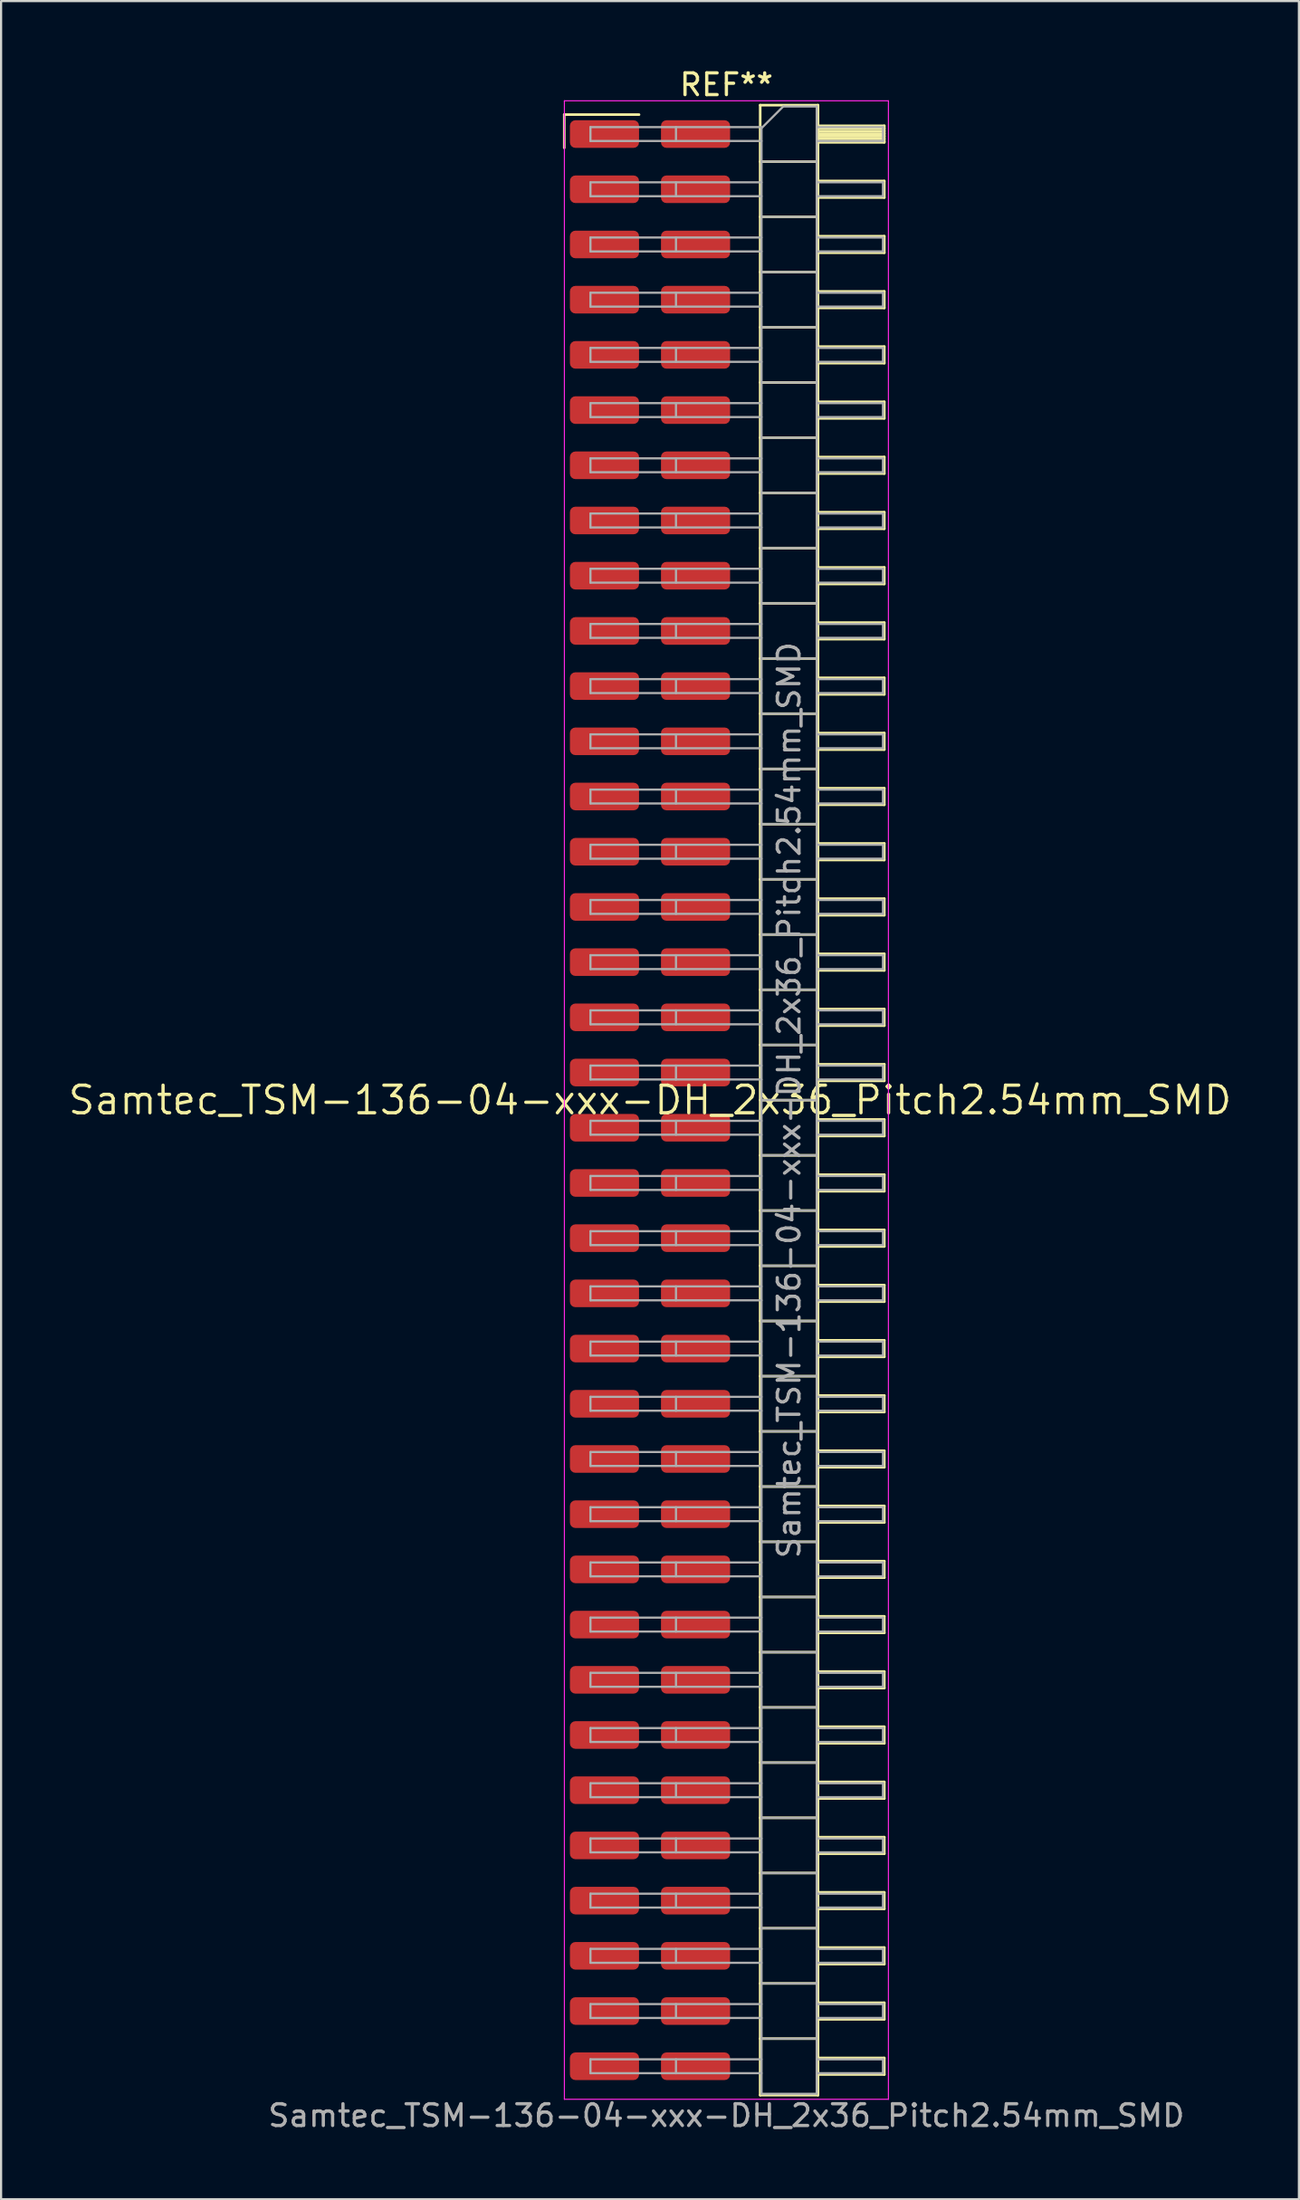
<source format=kicad_pcb>
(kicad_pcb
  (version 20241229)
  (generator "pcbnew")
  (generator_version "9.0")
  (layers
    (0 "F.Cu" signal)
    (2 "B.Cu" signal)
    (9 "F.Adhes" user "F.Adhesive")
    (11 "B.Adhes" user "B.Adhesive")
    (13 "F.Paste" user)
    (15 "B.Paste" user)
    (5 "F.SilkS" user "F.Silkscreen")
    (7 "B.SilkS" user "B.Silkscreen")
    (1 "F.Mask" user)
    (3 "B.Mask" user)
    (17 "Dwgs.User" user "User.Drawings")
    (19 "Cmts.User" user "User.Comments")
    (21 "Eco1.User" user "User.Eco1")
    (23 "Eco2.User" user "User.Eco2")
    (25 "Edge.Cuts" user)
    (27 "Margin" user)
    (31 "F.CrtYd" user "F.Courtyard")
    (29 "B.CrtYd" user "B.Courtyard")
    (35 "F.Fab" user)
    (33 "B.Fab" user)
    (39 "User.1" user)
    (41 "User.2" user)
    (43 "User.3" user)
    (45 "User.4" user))
  (footprint "Samtec_TSM-136-04-xxx-DH_2x36_Pitch2.54mm_SMD"
    (layer "F.Cu")
    (at 26.859 47.568)
    (property "Reference" "Samtec_TSM-136-04-xxx-DH_2x36_Pitch2.54mm_SMD" (at 0 0 0) (layer "F.SilkS") (effects (font (size 1.27 1.27) (thickness 0.15))))
    (attr smd)
    (fp_line (start -3.945 -45.345) (end -0.505 -45.345) (stroke (width 0.12) (type solid)) (layer "F.SilkS"))
    (fp_line (start -3.945 -43.815) (end -3.945 -45.345) (stroke (width 0.12) (type solid)) (layer "F.SilkS"))
    (fp_line (start 5.07 -45.78) (end 7.73 -45.78) (stroke (width 0.12) (type solid)) (layer "F.SilkS"))
    (fp_line (start 5.07 -43.18) (end 7.73 -43.18) (stroke (width 0.12) (type solid)) (layer "F.SilkS"))
    (fp_line (start 5.07 -40.64) (end 7.73 -40.64) (stroke (width 0.12) (type solid)) (layer "F.SilkS"))
    (fp_line (start 5.07 -38.1) (end 7.73 -38.1) (stroke (width 0.12) (type solid)) (layer "F.SilkS"))
    (fp_line (start 5.07 -35.56) (end 7.73 -35.56) (stroke (width 0.12) (type solid)) (layer "F.SilkS"))
    (fp_line (start 5.07 -33.02) (end 7.73 -33.02) (stroke (width 0.12) (type solid)) (layer "F.SilkS"))
    (fp_line (start 5.07 -30.48) (end 7.73 -30.48) (stroke (width 0.12) (type solid)) (layer "F.SilkS"))
    (fp_line (start 5.07 -27.94) (end 7.73 -27.94) (stroke (width 0.12) (type solid)) (layer "F.SilkS"))
    (fp_line (start 5.07 -25.4) (end 7.73 -25.4) (stroke (width 0.12) (type solid)) (layer "F.SilkS"))
    (fp_line (start 5.07 -22.86) (end 7.73 -22.86) (stroke (width 0.12) (type solid)) (layer "F.SilkS"))
    (fp_line (start 5.07 -20.32) (end 7.73 -20.32) (stroke (width 0.12) (type solid)) (layer "F.SilkS"))
    (fp_line (start 5.07 -17.78) (end 7.73 -17.78) (stroke (width 0.12) (type solid)) (layer "F.SilkS"))
    (fp_line (start 5.07 -15.24) (end 7.73 -15.24) (stroke (width 0.12) (type solid)) (layer "F.SilkS"))
    (fp_line (start 5.07 -12.7) (end 7.73 -12.7) (stroke (width 0.12) (type solid)) (layer "F.SilkS"))
    (fp_line (start 5.07 -10.16) (end 7.73 -10.16) (stroke (width 0.12) (type solid)) (layer "F.SilkS"))
    (fp_line (start 5.07 -7.62) (end 7.73 -7.62) (stroke (width 0.12) (type solid)) (layer "F.SilkS"))
    (fp_line (start 5.07 -5.08) (end 7.73 -5.08) (stroke (width 0.12) (type solid)) (layer "F.SilkS"))
    (fp_line (start 5.07 -2.54) (end 7.73 -2.54) (stroke (width 0.12) (type solid)) (layer "F.SilkS"))
    (fp_line (start 5.07 0) (end 7.73 0) (stroke (width 0.12) (type solid)) (layer "F.SilkS"))
    (fp_line (start 5.07 2.54) (end 7.73 2.54) (stroke (width 0.12) (type solid)) (layer "F.SilkS"))
    (fp_line (start 5.07 5.08) (end 7.73 5.08) (stroke (width 0.12) (type solid)) (layer "F.SilkS"))
    (fp_line (start 5.07 7.62) (end 7.73 7.62) (stroke (width 0.12) (type solid)) (layer "F.SilkS"))
    (fp_line (start 5.07 10.16) (end 7.73 10.16) (stroke (width 0.12) (type solid)) (layer "F.SilkS"))
    (fp_line (start 5.07 12.7) (end 7.73 12.7) (stroke (width 0.12) (type solid)) (layer "F.SilkS"))
    (fp_line (start 5.07 15.24) (end 7.73 15.24) (stroke (width 0.12) (type solid)) (layer "F.SilkS"))
    (fp_line (start 5.07 17.78) (end 7.73 17.78) (stroke (width 0.12) (type solid)) (layer "F.SilkS"))
    (fp_line (start 5.07 20.32) (end 7.73 20.32) (stroke (width 0.12) (type solid)) (layer "F.SilkS"))
    (fp_line (start 5.07 22.86) (end 7.73 22.86) (stroke (width 0.12) (type solid)) (layer "F.SilkS"))
    (fp_line (start 5.07 25.4) (end 7.73 25.4) (stroke (width 0.12) (type solid)) (layer "F.SilkS"))
    (fp_line (start 5.07 27.94) (end 7.73 27.94) (stroke (width 0.12) (type solid)) (layer "F.SilkS"))
    (fp_line (start 5.07 30.48) (end 7.73 30.48) (stroke (width 0.12) (type solid)) (layer "F.SilkS"))
    (fp_line (start 5.07 33.02) (end 7.73 33.02) (stroke (width 0.12) (type solid)) (layer "F.SilkS"))
    (fp_line (start 5.07 35.56) (end 7.73 35.56) (stroke (width 0.12) (type solid)) (layer "F.SilkS"))
    (fp_line (start 5.07 38.1) (end 7.73 38.1) (stroke (width 0.12) (type solid)) (layer "F.SilkS"))
    (fp_line (start 5.07 40.64) (end 7.73 40.64) (stroke (width 0.12) (type solid)) (layer "F.SilkS"))
    (fp_line (start 5.07 43.18) (end 7.73 43.18) (stroke (width 0.12) (type solid)) (layer "F.SilkS"))
    (fp_line (start 5.07 45.78) (end 5.07 -45.78) (stroke (width 0.12) (type solid)) (layer "F.SilkS"))
    (fp_line (start 7.73 -45.78) (end 7.73 45.78) (stroke (width 0.12) (type solid)) (layer "F.SilkS"))
    (fp_line (start 7.73 -44.83) (end 10.78 -44.83) (stroke (width 0.12) (type solid)) (layer "F.SilkS"))
    (fp_line (start 7.73 -44.71) (end 10.78 -44.71) (stroke (width 0.12) (type solid)) (layer "F.SilkS"))
    (fp_line (start 7.73 -44.59) (end 10.78 -44.59) (stroke (width 0.12) (type solid)) (layer "F.SilkS"))
    (fp_line (start 7.73 -44.47) (end 10.78 -44.47) (stroke (width 0.12) (type solid)) (layer "F.SilkS"))
    (fp_line (start 7.73 -44.35) (end 10.78 -44.35) (stroke (width 0.12) (type solid)) (layer "F.SilkS"))
    (fp_line (start 7.73 -44.23) (end 10.78 -44.23) (stroke (width 0.12) (type solid)) (layer "F.SilkS"))
    (fp_line (start 7.73 -44.11) (end 10.78 -44.11) (stroke (width 0.12) (type solid)) (layer "F.SilkS"))
    (fp_line (start 7.73 -44.07) (end 10.78 -44.07) (stroke (width 0.12) (type solid)) (layer "F.SilkS"))
    (fp_line (start 7.73 -42.29) (end 10.78 -42.29) (stroke (width 0.12) (type solid)) (layer "F.SilkS"))
    (fp_line (start 7.73 -41.53) (end 10.78 -41.53) (stroke (width 0.12) (type solid)) (layer "F.SilkS"))
    (fp_line (start 7.73 -39.75) (end 10.78 -39.75) (stroke (width 0.12) (type solid)) (layer "F.SilkS"))
    (fp_line (start 7.73 -38.99) (end 10.78 -38.99) (stroke (width 0.12) (type solid)) (layer "F.SilkS"))
    (fp_line (start 7.73 -37.21) (end 10.78 -37.21) (stroke (width 0.12) (type solid)) (layer "F.SilkS"))
    (fp_line (start 7.73 -36.45) (end 10.78 -36.45) (stroke (width 0.12) (type solid)) (layer "F.SilkS"))
    (fp_line (start 7.73 -34.67) (end 10.78 -34.67) (stroke (width 0.12) (type solid)) (layer "F.SilkS"))
    (fp_line (start 7.73 -33.91) (end 10.78 -33.91) (stroke (width 0.12) (type solid)) (layer "F.SilkS"))
    (fp_line (start 7.73 -32.13) (end 10.78 -32.13) (stroke (width 0.12) (type solid)) (layer "F.SilkS"))
    (fp_line (start 7.73 -31.37) (end 10.78 -31.37) (stroke (width 0.12) (type solid)) (layer "F.SilkS"))
    (fp_line (start 7.73 -29.59) (end 10.78 -29.59) (stroke (width 0.12) (type solid)) (layer "F.SilkS"))
    (fp_line (start 7.73 -28.83) (end 10.78 -28.83) (stroke (width 0.12) (type solid)) (layer "F.SilkS"))
    (fp_line (start 7.73 -27.05) (end 10.78 -27.05) (stroke (width 0.12) (type solid)) (layer "F.SilkS"))
    (fp_line (start 7.73 -26.29) (end 10.78 -26.29) (stroke (width 0.12) (type solid)) (layer "F.SilkS"))
    (fp_line (start 7.73 -24.51) (end 10.78 -24.51) (stroke (width 0.12) (type solid)) (layer "F.SilkS"))
    (fp_line (start 7.73 -23.75) (end 10.78 -23.75) (stroke (width 0.12) (type solid)) (layer "F.SilkS"))
    (fp_line (start 7.73 -21.97) (end 10.78 -21.97) (stroke (width 0.12) (type solid)) (layer "F.SilkS"))
    (fp_line (start 7.73 -21.21) (end 10.78 -21.21) (stroke (width 0.12) (type solid)) (layer "F.SilkS"))
    (fp_line (start 7.73 -19.43) (end 10.78 -19.43) (stroke (width 0.12) (type solid)) (layer "F.SilkS"))
    (fp_line (start 7.73 -18.67) (end 10.78 -18.67) (stroke (width 0.12) (type solid)) (layer "F.SilkS"))
    (fp_line (start 7.73 -16.89) (end 10.78 -16.89) (stroke (width 0.12) (type solid)) (layer "F.SilkS"))
    (fp_line (start 7.73 -16.13) (end 10.78 -16.13) (stroke (width 0.12) (type solid)) (layer "F.SilkS"))
    (fp_line (start 7.73 -14.35) (end 10.78 -14.35) (stroke (width 0.12) (type solid)) (layer "F.SilkS"))
    (fp_line (start 7.73 -13.59) (end 10.78 -13.59) (stroke (width 0.12) (type solid)) (layer "F.SilkS"))
    (fp_line (start 7.73 -11.81) (end 10.78 -11.81) (stroke (width 0.12) (type solid)) (layer "F.SilkS"))
    (fp_line (start 7.73 -11.05) (end 10.78 -11.05) (stroke (width 0.12) (type solid)) (layer "F.SilkS"))
    (fp_line (start 7.73 -9.27) (end 10.78 -9.27) (stroke (width 0.12) (type solid)) (layer "F.SilkS"))
    (fp_line (start 7.73 -8.51) (end 10.78 -8.51) (stroke (width 0.12) (type solid)) (layer "F.SilkS"))
    (fp_line (start 7.73 -6.73) (end 10.78 -6.73) (stroke (width 0.12) (type solid)) (layer "F.SilkS"))
    (fp_line (start 7.73 -5.97) (end 10.78 -5.97) (stroke (width 0.12) (type solid)) (layer "F.SilkS"))
    (fp_line (start 7.73 -4.19) (end 10.78 -4.19) (stroke (width 0.12) (type solid)) (layer "F.SilkS"))
    (fp_line (start 7.73 -3.43) (end 10.78 -3.43) (stroke (width 0.12) (type solid)) (layer "F.SilkS"))
    (fp_line (start 7.73 -1.65) (end 10.78 -1.65) (stroke (width 0.12) (type solid)) (layer "F.SilkS"))
    (fp_line (start 7.73 -0.89) (end 10.78 -0.89) (stroke (width 0.12) (type solid)) (layer "F.SilkS"))
    (fp_line (start 7.73 0.89) (end 10.78 0.89) (stroke (width 0.12) (type solid)) (layer "F.SilkS"))
    (fp_line (start 7.73 1.65) (end 10.78 1.65) (stroke (width 0.12) (type solid)) (layer "F.SilkS"))
    (fp_line (start 7.73 3.43) (end 10.78 3.43) (stroke (width 0.12) (type solid)) (layer "F.SilkS"))
    (fp_line (start 7.73 4.19) (end 10.78 4.19) (stroke (width 0.12) (type solid)) (layer "F.SilkS"))
    (fp_line (start 7.73 5.97) (end 10.78 5.97) (stroke (width 0.12) (type solid)) (layer "F.SilkS"))
    (fp_line (start 7.73 6.73) (end 10.78 6.73) (stroke (width 0.12) (type solid)) (layer "F.SilkS"))
    (fp_line (start 7.73 8.51) (end 10.78 8.51) (stroke (width 0.12) (type solid)) (layer "F.SilkS"))
    (fp_line (start 7.73 9.27) (end 10.78 9.27) (stroke (width 0.12) (type solid)) (layer "F.SilkS"))
    (fp_line (start 7.73 11.05) (end 10.78 11.05) (stroke (width 0.12) (type solid)) (layer "F.SilkS"))
    (fp_line (start 7.73 11.81) (end 10.78 11.81) (stroke (width 0.12) (type solid)) (layer "F.SilkS"))
    (fp_line (start 7.73 13.59) (end 10.78 13.59) (stroke (width 0.12) (type solid)) (layer "F.SilkS"))
    (fp_line (start 7.73 14.35) (end 10.78 14.35) (stroke (width 0.12) (type solid)) (layer "F.SilkS"))
    (fp_line (start 7.73 16.13) (end 10.78 16.13) (stroke (width 0.12) (type solid)) (layer "F.SilkS"))
    (fp_line (start 7.73 16.89) (end 10.78 16.89) (stroke (width 0.12) (type solid)) (layer "F.SilkS"))
    (fp_line (start 7.73 18.67) (end 10.78 18.67) (stroke (width 0.12) (type solid)) (layer "F.SilkS"))
    (fp_line (start 7.73 19.43) (end 10.78 19.43) (stroke (width 0.12) (type solid)) (layer "F.SilkS"))
    (fp_line (start 7.73 21.21) (end 10.78 21.21) (stroke (width 0.12) (type solid)) (layer "F.SilkS"))
    (fp_line (start 7.73 21.97) (end 10.78 21.97) (stroke (width 0.12) (type solid)) (layer "F.SilkS"))
    (fp_line (start 7.73 23.75) (end 10.78 23.75) (stroke (width 0.12) (type solid)) (layer "F.SilkS"))
    (fp_line (start 7.73 24.51) (end 10.78 24.51) (stroke (width 0.12) (type solid)) (layer "F.SilkS"))
    (fp_line (start 7.73 26.29) (end 10.78 26.29) (stroke (width 0.12) (type solid)) (layer "F.SilkS"))
    (fp_line (start 7.73 27.05) (end 10.78 27.05) (stroke (width 0.12) (type solid)) (layer "F.SilkS"))
    (fp_line (start 7.73 28.83) (end 10.78 28.83) (stroke (width 0.12) (type solid)) (layer "F.SilkS"))
    (fp_line (start 7.73 29.59) (end 10.78 29.59) (stroke (width 0.12) (type solid)) (layer "F.SilkS"))
    (fp_line (start 7.73 31.37) (end 10.78 31.37) (stroke (width 0.12) (type solid)) (layer "F.SilkS"))
    (fp_line (start 7.73 32.13) (end 10.78 32.13) (stroke (width 0.12) (type solid)) (layer "F.SilkS"))
    (fp_line (start 7.73 33.91) (end 10.78 33.91) (stroke (width 0.12) (type solid)) (layer "F.SilkS"))
    (fp_line (start 7.73 34.67) (end 10.78 34.67) (stroke (width 0.12) (type solid)) (layer "F.SilkS"))
    (fp_line (start 7.73 36.45) (end 10.78 36.45) (stroke (width 0.12) (type solid)) (layer "F.SilkS"))
    (fp_line (start 7.73 37.21) (end 10.78 37.21) (stroke (width 0.12) (type solid)) (layer "F.SilkS"))
    (fp_line (start 7.73 38.99) (end 10.78 38.99) (stroke (width 0.12) (type solid)) (layer "F.SilkS"))
    (fp_line (start 7.73 39.75) (end 10.78 39.75) (stroke (width 0.12) (type solid)) (layer "F.SilkS"))
    (fp_line (start 7.73 41.53) (end 10.78 41.53) (stroke (width 0.12) (type solid)) (layer "F.SilkS"))
    (fp_line (start 7.73 42.29) (end 10.78 42.29) (stroke (width 0.12) (type solid)) (layer "F.SilkS"))
    (fp_line (start 7.73 44.07) (end 10.78 44.07) (stroke (width 0.12) (type solid)) (layer "F.SilkS"))
    (fp_line (start 7.73 44.83) (end 10.78 44.83) (stroke (width 0.12) (type solid)) (layer "F.SilkS"))
    (fp_line (start 7.73 45.78) (end 5.07 45.78) (stroke (width 0.12) (type solid)) (layer "F.SilkS"))
    (fp_line (start 10.78 -44.83) (end 10.78 -44.07) (stroke (width 0.12) (type solid)) (layer "F.SilkS"))
    (fp_line (start 10.78 -42.29) (end 10.78 -41.53) (stroke (width 0.12) (type solid)) (layer "F.SilkS"))
    (fp_line (start 10.78 -39.75) (end 10.78 -38.99) (stroke (width 0.12) (type solid)) (layer "F.SilkS"))
    (fp_line (start 10.78 -37.21) (end 10.78 -36.45) (stroke (width 0.12) (type solid)) (layer "F.SilkS"))
    (fp_line (start 10.78 -34.67) (end 10.78 -33.91) (stroke (width 0.12) (type solid)) (layer "F.SilkS"))
    (fp_line (start 10.78 -32.13) (end 10.78 -31.37) (stroke (width 0.12) (type solid)) (layer "F.SilkS"))
    (fp_line (start 10.78 -29.59) (end 10.78 -28.83) (stroke (width 0.12) (type solid)) (layer "F.SilkS"))
    (fp_line (start 10.78 -27.05) (end 10.78 -26.29) (stroke (width 0.12) (type solid)) (layer "F.SilkS"))
    (fp_line (start 10.78 -24.51) (end 10.78 -23.75) (stroke (width 0.12) (type solid)) (layer "F.SilkS"))
    (fp_line (start 10.78 -21.97) (end 10.78 -21.21) (stroke (width 0.12) (type solid)) (layer "F.SilkS"))
    (fp_line (start 10.78 -19.43) (end 10.78 -18.67) (stroke (width 0.12) (type solid)) (layer "F.SilkS"))
    (fp_line (start 10.78 -16.89) (end 10.78 -16.13) (stroke (width 0.12) (type solid)) (layer "F.SilkS"))
    (fp_line (start 10.78 -14.35) (end 10.78 -13.59) (stroke (width 0.12) (type solid)) (layer "F.SilkS"))
    (fp_line (start 10.78 -11.81) (end 10.78 -11.05) (stroke (width 0.12) (type solid)) (layer "F.SilkS"))
    (fp_line (start 10.78 -9.27) (end 10.78 -8.51) (stroke (width 0.12) (type solid)) (layer "F.SilkS"))
    (fp_line (start 10.78 -6.73) (end 10.78 -5.97) (stroke (width 0.12) (type solid)) (layer "F.SilkS"))
    (fp_line (start 10.78 -4.19) (end 10.78 -3.43) (stroke (width 0.12) (type solid)) (layer "F.SilkS"))
    (fp_line (start 10.78 -1.65) (end 10.78 -0.89) (stroke (width 0.12) (type solid)) (layer "F.SilkS"))
    (fp_line (start 10.78 0.89) (end 10.78 1.65) (stroke (width 0.12) (type solid)) (layer "F.SilkS"))
    (fp_line (start 10.78 3.43) (end 10.78 4.19) (stroke (width 0.12) (type solid)) (layer "F.SilkS"))
    (fp_line (start 10.78 5.97) (end 10.78 6.73) (stroke (width 0.12) (type solid)) (layer "F.SilkS"))
    (fp_line (start 10.78 8.51) (end 10.78 9.27) (stroke (width 0.12) (type solid)) (layer "F.SilkS"))
    (fp_line (start 10.78 11.05) (end 10.78 11.81) (stroke (width 0.12) (type solid)) (layer "F.SilkS"))
    (fp_line (start 10.78 13.59) (end 10.78 14.35) (stroke (width 0.12) (type solid)) (layer "F.SilkS"))
    (fp_line (start 10.78 16.13) (end 10.78 16.89) (stroke (width 0.12) (type solid)) (layer "F.SilkS"))
    (fp_line (start 10.78 18.67) (end 10.78 19.43) (stroke (width 0.12) (type solid)) (layer "F.SilkS"))
    (fp_line (start 10.78 21.21) (end 10.78 21.97) (stroke (width 0.12) (type solid)) (layer "F.SilkS"))
    (fp_line (start 10.78 23.75) (end 10.78 24.51) (stroke (width 0.12) (type solid)) (layer "F.SilkS"))
    (fp_line (start 10.78 26.29) (end 10.78 27.05) (stroke (width 0.12) (type solid)) (layer "F.SilkS"))
    (fp_line (start 10.78 28.83) (end 10.78 29.59) (stroke (width 0.12) (type solid)) (layer "F.SilkS"))
    (fp_line (start 10.78 31.37) (end 10.78 32.13) (stroke (width 0.12) (type solid)) (layer "F.SilkS"))
    (fp_line (start 10.78 33.91) (end 10.78 34.67) (stroke (width 0.12) (type solid)) (layer "F.SilkS"))
    (fp_line (start 10.78 36.45) (end 10.78 37.21) (stroke (width 0.12) (type solid)) (layer "F.SilkS"))
    (fp_line (start 10.78 38.99) (end 10.78 39.75) (stroke (width 0.12) (type solid)) (layer "F.SilkS"))
    (fp_line (start 10.78 41.53) (end 10.78 42.29) (stroke (width 0.12) (type solid)) (layer "F.SilkS"))
    (fp_line (start 10.78 44.07) (end 10.78 44.83) (stroke (width 0.12) (type solid)) (layer "F.SilkS"))
    (fp_line (start -3.94 -45.98) (end 10.97 -45.98) (stroke (width 0.05) (type solid)) (layer "F.CrtYd"))
    (fp_line (start -3.94 45.97) (end -3.94 -45.98) (stroke (width 0.05) (type solid)) (layer "F.CrtYd"))
    (fp_line (start 10.97 -45.98) (end 10.97 45.97) (stroke (width 0.05) (type solid)) (layer "F.CrtYd"))
    (fp_line (start 10.97 45.97) (end -3.94 45.97) (stroke (width 0.05) (type solid)) (layer "F.CrtYd"))
    (fp_line (start -2.74 -44.77) (end -2.74 -44.13) (stroke (width 0.1) (type solid)) (layer "F.Fab"))
    (fp_line (start -2.74 -44.77) (end 5.13 -44.77) (stroke (width 0.1) (type solid)) (layer "F.Fab"))
    (fp_line (start -2.74 -44.13) (end 5.13 -44.13) (stroke (width 0.1) (type solid)) (layer "F.Fab"))
    (fp_line (start -2.74 -42.23) (end -2.74 -41.59) (stroke (width 0.1) (type solid)) (layer "F.Fab"))
    (fp_line (start -2.74 -42.23) (end 5.13 -42.23) (stroke (width 0.1) (type solid)) (layer "F.Fab"))
    (fp_line (start -2.74 -41.59) (end 5.13 -41.59) (stroke (width 0.1) (type solid)) (layer "F.Fab"))
    (fp_line (start -2.74 -39.69) (end -2.74 -39.05) (stroke (width 0.1) (type solid)) (layer "F.Fab"))
    (fp_line (start -2.74 -39.69) (end 5.13 -39.69) (stroke (width 0.1) (type solid)) (layer "F.Fab"))
    (fp_line (start -2.74 -39.05) (end 5.13 -39.05) (stroke (width 0.1) (type solid)) (layer "F.Fab"))
    (fp_line (start -2.74 -37.15) (end -2.74 -36.51) (stroke (width 0.1) (type solid)) (layer "F.Fab"))
    (fp_line (start -2.74 -37.15) (end 5.13 -37.15) (stroke (width 0.1) (type solid)) (layer "F.Fab"))
    (fp_line (start -2.74 -36.51) (end 5.13 -36.51) (stroke (width 0.1) (type solid)) (layer "F.Fab"))
    (fp_line (start -2.74 -34.61) (end -2.74 -33.97) (stroke (width 0.1) (type solid)) (layer "F.Fab"))
    (fp_line (start -2.74 -34.61) (end 5.13 -34.61) (stroke (width 0.1) (type solid)) (layer "F.Fab"))
    (fp_line (start -2.74 -33.97) (end 5.13 -33.97) (stroke (width 0.1) (type solid)) (layer "F.Fab"))
    (fp_line (start -2.74 -32.07) (end -2.74 -31.43) (stroke (width 0.1) (type solid)) (layer "F.Fab"))
    (fp_line (start -2.74 -32.07) (end 5.13 -32.07) (stroke (width 0.1) (type solid)) (layer "F.Fab"))
    (fp_line (start -2.74 -31.43) (end 5.13 -31.43) (stroke (width 0.1) (type solid)) (layer "F.Fab"))
    (fp_line (start -2.74 -29.53) (end -2.74 -28.89) (stroke (width 0.1) (type solid)) (layer "F.Fab"))
    (fp_line (start -2.74 -29.53) (end 5.13 -29.53) (stroke (width 0.1) (type solid)) (layer "F.Fab"))
    (fp_line (start -2.74 -28.89) (end 5.13 -28.89) (stroke (width 0.1) (type solid)) (layer "F.Fab"))
    (fp_line (start -2.74 -26.99) (end -2.74 -26.35) (stroke (width 0.1) (type solid)) (layer "F.Fab"))
    (fp_line (start -2.74 -26.99) (end 5.13 -26.99) (stroke (width 0.1) (type solid)) (layer "F.Fab"))
    (fp_line (start -2.74 -26.35) (end 5.13 -26.35) (stroke (width 0.1) (type solid)) (layer "F.Fab"))
    (fp_line (start -2.74 -24.45) (end -2.74 -23.81) (stroke (width 0.1) (type solid)) (layer "F.Fab"))
    (fp_line (start -2.74 -24.45) (end 5.13 -24.45) (stroke (width 0.1) (type solid)) (layer "F.Fab"))
    (fp_line (start -2.74 -23.81) (end 5.13 -23.81) (stroke (width 0.1) (type solid)) (layer "F.Fab"))
    (fp_line (start -2.74 -21.91) (end -2.74 -21.27) (stroke (width 0.1) (type solid)) (layer "F.Fab"))
    (fp_line (start -2.74 -21.91) (end 5.13 -21.91) (stroke (width 0.1) (type solid)) (layer "F.Fab"))
    (fp_line (start -2.74 -21.27) (end 5.13 -21.27) (stroke (width 0.1) (type solid)) (layer "F.Fab"))
    (fp_line (start -2.74 -19.37) (end -2.74 -18.73) (stroke (width 0.1) (type solid)) (layer "F.Fab"))
    (fp_line (start -2.74 -19.37) (end 5.13 -19.37) (stroke (width 0.1) (type solid)) (layer "F.Fab"))
    (fp_line (start -2.74 -18.73) (end 5.13 -18.73) (stroke (width 0.1) (type solid)) (layer "F.Fab"))
    (fp_line (start -2.74 -16.83) (end -2.74 -16.19) (stroke (width 0.1) (type solid)) (layer "F.Fab"))
    (fp_line (start -2.74 -16.83) (end 5.13 -16.83) (stroke (width 0.1) (type solid)) (layer "F.Fab"))
    (fp_line (start -2.74 -16.19) (end 5.13 -16.19) (stroke (width 0.1) (type solid)) (layer "F.Fab"))
    (fp_line (start -2.74 -14.29) (end -2.74 -13.65) (stroke (width 0.1) (type solid)) (layer "F.Fab"))
    (fp_line (start -2.74 -14.29) (end 5.13 -14.29) (stroke (width 0.1) (type solid)) (layer "F.Fab"))
    (fp_line (start -2.74 -13.65) (end 5.13 -13.65) (stroke (width 0.1) (type solid)) (layer "F.Fab"))
    (fp_line (start -2.74 -11.75) (end -2.74 -11.11) (stroke (width 0.1) (type solid)) (layer "F.Fab"))
    (fp_line (start -2.74 -11.75) (end 5.13 -11.75) (stroke (width 0.1) (type solid)) (layer "F.Fab"))
    (fp_line (start -2.74 -11.11) (end 5.13 -11.11) (stroke (width 0.1) (type solid)) (layer "F.Fab"))
    (fp_line (start -2.74 -9.21) (end -2.74 -8.57) (stroke (width 0.1) (type solid)) (layer "F.Fab"))
    (fp_line (start -2.74 -9.21) (end 5.13 -9.21) (stroke (width 0.1) (type solid)) (layer "F.Fab"))
    (fp_line (start -2.74 -8.57) (end 5.13 -8.57) (stroke (width 0.1) (type solid)) (layer "F.Fab"))
    (fp_line (start -2.74 -6.67) (end -2.74 -6.03) (stroke (width 0.1) (type solid)) (layer "F.Fab"))
    (fp_line (start -2.74 -6.67) (end 5.13 -6.67) (stroke (width 0.1) (type solid)) (layer "F.Fab"))
    (fp_line (start -2.74 -6.03) (end 5.13 -6.03) (stroke (width 0.1) (type solid)) (layer "F.Fab"))
    (fp_line (start -2.74 -4.13) (end -2.74 -3.49) (stroke (width 0.1) (type solid)) (layer "F.Fab"))
    (fp_line (start -2.74 -4.13) (end 5.13 -4.13) (stroke (width 0.1) (type solid)) (layer "F.Fab"))
    (fp_line (start -2.74 -3.49) (end 5.13 -3.49) (stroke (width 0.1) (type solid)) (layer "F.Fab"))
    (fp_line (start -2.74 -1.59) (end -2.74 -0.95) (stroke (width 0.1) (type solid)) (layer "F.Fab"))
    (fp_line (start -2.74 -1.59) (end 5.13 -1.59) (stroke (width 0.1) (type solid)) (layer "F.Fab"))
    (fp_line (start -2.74 -0.95) (end 5.13 -0.95) (stroke (width 0.1) (type solid)) (layer "F.Fab"))
    (fp_line (start -2.74 0.95) (end -2.74 1.59) (stroke (width 0.1) (type solid)) (layer "F.Fab"))
    (fp_line (start -2.74 0.95) (end 5.13 0.95) (stroke (width 0.1) (type solid)) (layer "F.Fab"))
    (fp_line (start -2.74 1.59) (end 5.13 1.59) (stroke (width 0.1) (type solid)) (layer "F.Fab"))
    (fp_line (start -2.74 3.49) (end -2.74 4.13) (stroke (width 0.1) (type solid)) (layer "F.Fab"))
    (fp_line (start -2.74 3.49) (end 5.13 3.49) (stroke (width 0.1) (type solid)) (layer "F.Fab"))
    (fp_line (start -2.74 4.13) (end 5.13 4.13) (stroke (width 0.1) (type solid)) (layer "F.Fab"))
    (fp_line (start -2.74 6.03) (end -2.74 6.67) (stroke (width 0.1) (type solid)) (layer "F.Fab"))
    (fp_line (start -2.74 6.03) (end 5.13 6.03) (stroke (width 0.1) (type solid)) (layer "F.Fab"))
    (fp_line (start -2.74 6.67) (end 5.13 6.67) (stroke (width 0.1) (type solid)) (layer "F.Fab"))
    (fp_line (start -2.74 8.57) (end -2.74 9.21) (stroke (width 0.1) (type solid)) (layer "F.Fab"))
    (fp_line (start -2.74 8.57) (end 5.13 8.57) (stroke (width 0.1) (type solid)) (layer "F.Fab"))
    (fp_line (start -2.74 9.21) (end 5.13 9.21) (stroke (width 0.1) (type solid)) (layer "F.Fab"))
    (fp_line (start -2.74 11.11) (end -2.74 11.75) (stroke (width 0.1) (type solid)) (layer "F.Fab"))
    (fp_line (start -2.74 11.11) (end 5.13 11.11) (stroke (width 0.1) (type solid)) (layer "F.Fab"))
    (fp_line (start -2.74 11.75) (end 5.13 11.75) (stroke (width 0.1) (type solid)) (layer "F.Fab"))
    (fp_line (start -2.74 13.65) (end -2.74 14.29) (stroke (width 0.1) (type solid)) (layer "F.Fab"))
    (fp_line (start -2.74 13.65) (end 5.13 13.65) (stroke (width 0.1) (type solid)) (layer "F.Fab"))
    (fp_line (start -2.74 14.29) (end 5.13 14.29) (stroke (width 0.1) (type solid)) (layer "F.Fab"))
    (fp_line (start -2.74 16.19) (end -2.74 16.83) (stroke (width 0.1) (type solid)) (layer "F.Fab"))
    (fp_line (start -2.74 16.19) (end 5.13 16.19) (stroke (width 0.1) (type solid)) (layer "F.Fab"))
    (fp_line (start -2.74 16.83) (end 5.13 16.83) (stroke (width 0.1) (type solid)) (layer "F.Fab"))
    (fp_line (start -2.74 18.73) (end -2.74 19.37) (stroke (width 0.1) (type solid)) (layer "F.Fab"))
    (fp_line (start -2.74 18.73) (end 5.13 18.73) (stroke (width 0.1) (type solid)) (layer "F.Fab"))
    (fp_line (start -2.74 19.37) (end 5.13 19.37) (stroke (width 0.1) (type solid)) (layer "F.Fab"))
    (fp_line (start -2.74 21.27) (end -2.74 21.91) (stroke (width 0.1) (type solid)) (layer "F.Fab"))
    (fp_line (start -2.74 21.27) (end 5.13 21.27) (stroke (width 0.1) (type solid)) (layer "F.Fab"))
    (fp_line (start -2.74 21.91) (end 5.13 21.91) (stroke (width 0.1) (type solid)) (layer "F.Fab"))
    (fp_line (start -2.74 23.81) (end -2.74 24.45) (stroke (width 0.1) (type solid)) (layer "F.Fab"))
    (fp_line (start -2.74 23.81) (end 5.13 23.81) (stroke (width 0.1) (type solid)) (layer "F.Fab"))
    (fp_line (start -2.74 24.45) (end 5.13 24.45) (stroke (width 0.1) (type solid)) (layer "F.Fab"))
    (fp_line (start -2.74 26.35) (end -2.74 26.99) (stroke (width 0.1) (type solid)) (layer "F.Fab"))
    (fp_line (start -2.74 26.35) (end 5.13 26.35) (stroke (width 0.1) (type solid)) (layer "F.Fab"))
    (fp_line (start -2.74 26.99) (end 5.13 26.99) (stroke (width 0.1) (type solid)) (layer "F.Fab"))
    (fp_line (start -2.74 28.89) (end -2.74 29.53) (stroke (width 0.1) (type solid)) (layer "F.Fab"))
    (fp_line (start -2.74 28.89) (end 5.13 28.89) (stroke (width 0.1) (type solid)) (layer "F.Fab"))
    (fp_line (start -2.74 29.53) (end 5.13 29.53) (stroke (width 0.1) (type solid)) (layer "F.Fab"))
    (fp_line (start -2.74 31.43) (end -2.74 32.07) (stroke (width 0.1) (type solid)) (layer "F.Fab"))
    (fp_line (start -2.74 31.43) (end 5.13 31.43) (stroke (width 0.1) (type solid)) (layer "F.Fab"))
    (fp_line (start -2.74 32.07) (end 5.13 32.07) (stroke (width 0.1) (type solid)) (layer "F.Fab"))
    (fp_line (start -2.74 33.97) (end -2.74 34.61) (stroke (width 0.1) (type solid)) (layer "F.Fab"))
    (fp_line (start -2.74 33.97) (end 5.13 33.97) (stroke (width 0.1) (type solid)) (layer "F.Fab"))
    (fp_line (start -2.74 34.61) (end 5.13 34.61) (stroke (width 0.1) (type solid)) (layer "F.Fab"))
    (fp_line (start -2.74 36.51) (end -2.74 37.15) (stroke (width 0.1) (type solid)) (layer "F.Fab"))
    (fp_line (start -2.74 36.51) (end 5.13 36.51) (stroke (width 0.1) (type solid)) (layer "F.Fab"))
    (fp_line (start -2.74 37.15) (end 5.13 37.15) (stroke (width 0.1) (type solid)) (layer "F.Fab"))
    (fp_line (start -2.74 39.05) (end -2.74 39.69) (stroke (width 0.1) (type solid)) (layer "F.Fab"))
    (fp_line (start -2.74 39.05) (end 5.13 39.05) (stroke (width 0.1) (type solid)) (layer "F.Fab"))
    (fp_line (start -2.74 39.69) (end 5.13 39.69) (stroke (width 0.1) (type solid)) (layer "F.Fab"))
    (fp_line (start -2.74 41.59) (end -2.74 42.23) (stroke (width 0.1) (type solid)) (layer "F.Fab"))
    (fp_line (start -2.74 41.59) (end 5.13 41.59) (stroke (width 0.1) (type solid)) (layer "F.Fab"))
    (fp_line (start -2.74 42.23) (end 5.13 42.23) (stroke (width 0.1) (type solid)) (layer "F.Fab"))
    (fp_line (start -2.74 44.13) (end -2.74 44.77) (stroke (width 0.1) (type solid)) (layer "F.Fab"))
    (fp_line (start -2.74 44.13) (end 5.13 44.13) (stroke (width 0.1) (type solid)) (layer "F.Fab"))
    (fp_line (start -2.74 44.77) (end 5.13 44.77) (stroke (width 0.1) (type solid)) (layer "F.Fab"))
    (fp_line (start 1.195 -44.77) (end 1.195 -44.13) (stroke (width 0.1) (type solid)) (layer "F.Fab"))
    (fp_line (start 1.195 -42.23) (end 1.195 -41.59) (stroke (width 0.1) (type solid)) (layer "F.Fab"))
    (fp_line (start 1.195 -39.69) (end 1.195 -39.05) (stroke (width 0.1) (type solid)) (layer "F.Fab"))
    (fp_line (start 1.195 -37.15) (end 1.195 -36.51) (stroke (width 0.1) (type solid)) (layer "F.Fab"))
    (fp_line (start 1.195 -34.61) (end 1.195 -33.97) (stroke (width 0.1) (type solid)) (layer "F.Fab"))
    (fp_line (start 1.195 -32.07) (end 1.195 -31.43) (stroke (width 0.1) (type solid)) (layer "F.Fab"))
    (fp_line (start 1.195 -29.53) (end 1.195 -28.89) (stroke (width 0.1) (type solid)) (layer "F.Fab"))
    (fp_line (start 1.195 -26.99) (end 1.195 -26.35) (stroke (width 0.1) (type solid)) (layer "F.Fab"))
    (fp_line (start 1.195 -24.45) (end 1.195 -23.81) (stroke (width 0.1) (type solid)) (layer "F.Fab"))
    (fp_line (start 1.195 -21.91) (end 1.195 -21.27) (stroke (width 0.1) (type solid)) (layer "F.Fab"))
    (fp_line (start 1.195 -19.37) (end 1.195 -18.73) (stroke (width 0.1) (type solid)) (layer "F.Fab"))
    (fp_line (start 1.195 -16.83) (end 1.195 -16.19) (stroke (width 0.1) (type solid)) (layer "F.Fab"))
    (fp_line (start 1.195 -14.29) (end 1.195 -13.65) (stroke (width 0.1) (type solid)) (layer "F.Fab"))
    (fp_line (start 1.195 -11.75) (end 1.195 -11.11) (stroke (width 0.1) (type solid)) (layer "F.Fab"))
    (fp_line (start 1.195 -9.21) (end 1.195 -8.57) (stroke (width 0.1) (type solid)) (layer "F.Fab"))
    (fp_line (start 1.195 -6.67) (end 1.195 -6.03) (stroke (width 0.1) (type solid)) (layer "F.Fab"))
    (fp_line (start 1.195 -4.13) (end 1.195 -3.49) (stroke (width 0.1) (type solid)) (layer "F.Fab"))
    (fp_line (start 1.195 -1.59) (end 1.195 -0.95) (stroke (width 0.1) (type solid)) (layer "F.Fab"))
    (fp_line (start 1.195 0.95) (end 1.195 1.59) (stroke (width 0.1) (type solid)) (layer "F.Fab"))
    (fp_line (start 1.195 3.49) (end 1.195 4.13) (stroke (width 0.1) (type solid)) (layer "F.Fab"))
    (fp_line (start 1.195 6.03) (end 1.195 6.67) (stroke (width 0.1) (type solid)) (layer "F.Fab"))
    (fp_line (start 1.195 8.57) (end 1.195 9.21) (stroke (width 0.1) (type solid)) (layer "F.Fab"))
    (fp_line (start 1.195 11.11) (end 1.195 11.75) (stroke (width 0.1) (type solid)) (layer "F.Fab"))
    (fp_line (start 1.195 13.65) (end 1.195 14.29) (stroke (width 0.1) (type solid)) (layer "F.Fab"))
    (fp_line (start 1.195 16.19) (end 1.195 16.83) (stroke (width 0.1) (type solid)) (layer "F.Fab"))
    (fp_line (start 1.195 18.73) (end 1.195 19.37) (stroke (width 0.1) (type solid)) (layer "F.Fab"))
    (fp_line (start 1.195 21.27) (end 1.195 21.91) (stroke (width 0.1) (type solid)) (layer "F.Fab"))
    (fp_line (start 1.195 23.81) (end 1.195 24.45) (stroke (width 0.1) (type solid)) (layer "F.Fab"))
    (fp_line (start 1.195 26.35) (end 1.195 26.99) (stroke (width 0.1) (type solid)) (layer "F.Fab"))
    (fp_line (start 1.195 28.89) (end 1.195 29.53) (stroke (width 0.1) (type solid)) (layer "F.Fab"))
    (fp_line (start 1.195 31.43) (end 1.195 32.07) (stroke (width 0.1) (type solid)) (layer "F.Fab"))
    (fp_line (start 1.195 33.97) (end 1.195 34.61) (stroke (width 0.1) (type solid)) (layer "F.Fab"))
    (fp_line (start 1.195 36.51) (end 1.195 37.15) (stroke (width 0.1) (type solid)) (layer "F.Fab"))
    (fp_line (start 1.195 39.05) (end 1.195 39.69) (stroke (width 0.1) (type solid)) (layer "F.Fab"))
    (fp_line (start 1.195 41.59) (end 1.195 42.23) (stroke (width 0.1) (type solid)) (layer "F.Fab"))
    (fp_line (start 1.195 44.13) (end 1.195 44.77) (stroke (width 0.1) (type solid)) (layer "F.Fab"))
    (fp_line (start 5.13 -44.72) (end 6.13 -45.72) (stroke (width 0.1) (type solid)) (layer "F.Fab"))
    (fp_line (start 5.13 -43.18) (end 7.67 -43.18) (stroke (width 0.1) (type solid)) (layer "F.Fab"))
    (fp_line (start 5.13 -40.64) (end 7.67 -40.64) (stroke (width 0.1) (type solid)) (layer "F.Fab"))
    (fp_line (start 5.13 -38.1) (end 7.67 -38.1) (stroke (width 0.1) (type solid)) (layer "F.Fab"))
    (fp_line (start 5.13 -35.56) (end 7.67 -35.56) (stroke (width 0.1) (type solid)) (layer "F.Fab"))
    (fp_line (start 5.13 -33.02) (end 7.67 -33.02) (stroke (width 0.1) (type solid)) (layer "F.Fab"))
    (fp_line (start 5.13 -30.48) (end 7.67 -30.48) (stroke (width 0.1) (type solid)) (layer "F.Fab"))
    (fp_line (start 5.13 -27.94) (end 7.67 -27.94) (stroke (width 0.1) (type solid)) (layer "F.Fab"))
    (fp_line (start 5.13 -25.4) (end 7.67 -25.4) (stroke (width 0.1) (type solid)) (layer "F.Fab"))
    (fp_line (start 5.13 -22.86) (end 7.67 -22.86) (stroke (width 0.1) (type solid)) (layer "F.Fab"))
    (fp_line (start 5.13 -20.32) (end 7.67 -20.32) (stroke (width 0.1) (type solid)) (layer "F.Fab"))
    (fp_line (start 5.13 -17.78) (end 7.67 -17.78) (stroke (width 0.1) (type solid)) (layer "F.Fab"))
    (fp_line (start 5.13 -15.24) (end 7.67 -15.24) (stroke (width 0.1) (type solid)) (layer "F.Fab"))
    (fp_line (start 5.13 -12.7) (end 7.67 -12.7) (stroke (width 0.1) (type solid)) (layer "F.Fab"))
    (fp_line (start 5.13 -10.16) (end 7.67 -10.16) (stroke (width 0.1) (type solid)) (layer "F.Fab"))
    (fp_line (start 5.13 -7.62) (end 7.67 -7.62) (stroke (width 0.1) (type solid)) (layer "F.Fab"))
    (fp_line (start 5.13 -5.08) (end 7.67 -5.08) (stroke (width 0.1) (type solid)) (layer "F.Fab"))
    (fp_line (start 5.13 -2.54) (end 7.67 -2.54) (stroke (width 0.1) (type solid)) (layer "F.Fab"))
    (fp_line (start 5.13 0) (end 7.67 0) (stroke (width 0.1) (type solid)) (layer "F.Fab"))
    (fp_line (start 5.13 2.54) (end 7.67 2.54) (stroke (width 0.1) (type solid)) (layer "F.Fab"))
    (fp_line (start 5.13 5.08) (end 7.67 5.08) (stroke (width 0.1) (type solid)) (layer "F.Fab"))
    (fp_line (start 5.13 7.62) (end 7.67 7.62) (stroke (width 0.1) (type solid)) (layer "F.Fab"))
    (fp_line (start 5.13 10.16) (end 7.67 10.16) (stroke (width 0.1) (type solid)) (layer "F.Fab"))
    (fp_line (start 5.13 12.7) (end 7.67 12.7) (stroke (width 0.1) (type solid)) (layer "F.Fab"))
    (fp_line (start 5.13 15.24) (end 7.67 15.24) (stroke (width 0.1) (type solid)) (layer "F.Fab"))
    (fp_line (start 5.13 17.78) (end 7.67 17.78) (stroke (width 0.1) (type solid)) (layer "F.Fab"))
    (fp_line (start 5.13 20.32) (end 7.67 20.32) (stroke (width 0.1) (type solid)) (layer "F.Fab"))
    (fp_line (start 5.13 22.86) (end 7.67 22.86) (stroke (width 0.1) (type solid)) (layer "F.Fab"))
    (fp_line (start 5.13 25.4) (end 7.67 25.4) (stroke (width 0.1) (type solid)) (layer "F.Fab"))
    (fp_line (start 5.13 27.94) (end 7.67 27.94) (stroke (width 0.1) (type solid)) (layer "F.Fab"))
    (fp_line (start 5.13 30.48) (end 7.67 30.48) (stroke (width 0.1) (type solid)) (layer "F.Fab"))
    (fp_line (start 5.13 33.02) (end 7.67 33.02) (stroke (width 0.1) (type solid)) (layer "F.Fab"))
    (fp_line (start 5.13 35.56) (end 7.67 35.56) (stroke (width 0.1) (type solid)) (layer "F.Fab"))
    (fp_line (start 5.13 38.1) (end 7.67 38.1) (stroke (width 0.1) (type solid)) (layer "F.Fab"))
    (fp_line (start 5.13 40.64) (end 7.67 40.64) (stroke (width 0.1) (type solid)) (layer "F.Fab"))
    (fp_line (start 5.13 43.18) (end 7.67 43.18) (stroke (width 0.1) (type solid)) (layer "F.Fab"))
    (fp_line (start 5.13 45.72) (end 5.13 -44.72) (stroke (width 0.1) (type solid)) (layer "F.Fab"))
    (fp_line (start 6.13 -45.72) (end 7.67 -45.72) (stroke (width 0.1) (type solid)) (layer "F.Fab"))
    (fp_line (start 7.67 -45.72) (end 7.67 45.72) (stroke (width 0.1) (type solid)) (layer "F.Fab"))
    (fp_line (start 7.67 -44.77) (end 10.72 -44.77) (stroke (width 0.1) (type solid)) (layer "F.Fab"))
    (fp_line (start 7.67 -44.13) (end 10.72 -44.13) (stroke (width 0.1) (type solid)) (layer "F.Fab"))
    (fp_line (start 7.67 -42.23) (end 10.72 -42.23) (stroke (width 0.1) (type solid)) (layer "F.Fab"))
    (fp_line (start 7.67 -41.59) (end 10.72 -41.59) (stroke (width 0.1) (type solid)) (layer "F.Fab"))
    (fp_line (start 7.67 -39.69) (end 10.72 -39.69) (stroke (width 0.1) (type solid)) (layer "F.Fab"))
    (fp_line (start 7.67 -39.05) (end 10.72 -39.05) (stroke (width 0.1) (type solid)) (layer "F.Fab"))
    (fp_line (start 7.67 -37.15) (end 10.72 -37.15) (stroke (width 0.1) (type solid)) (layer "F.Fab"))
    (fp_line (start 7.67 -36.51) (end 10.72 -36.51) (stroke (width 0.1) (type solid)) (layer "F.Fab"))
    (fp_line (start 7.67 -34.61) (end 10.72 -34.61) (stroke (width 0.1) (type solid)) (layer "F.Fab"))
    (fp_line (start 7.67 -33.97) (end 10.72 -33.97) (stroke (width 0.1) (type solid)) (layer "F.Fab"))
    (fp_line (start 7.67 -32.07) (end 10.72 -32.07) (stroke (width 0.1) (type solid)) (layer "F.Fab"))
    (fp_line (start 7.67 -31.43) (end 10.72 -31.43) (stroke (width 0.1) (type solid)) (layer "F.Fab"))
    (fp_line (start 7.67 -29.53) (end 10.72 -29.53) (stroke (width 0.1) (type solid)) (layer "F.Fab"))
    (fp_line (start 7.67 -28.89) (end 10.72 -28.89) (stroke (width 0.1) (type solid)) (layer "F.Fab"))
    (fp_line (start 7.67 -26.99) (end 10.72 -26.99) (stroke (width 0.1) (type solid)) (layer "F.Fab"))
    (fp_line (start 7.67 -26.35) (end 10.72 -26.35) (stroke (width 0.1) (type solid)) (layer "F.Fab"))
    (fp_line (start 7.67 -24.45) (end 10.72 -24.45) (stroke (width 0.1) (type solid)) (layer "F.Fab"))
    (fp_line (start 7.67 -23.81) (end 10.72 -23.81) (stroke (width 0.1) (type solid)) (layer "F.Fab"))
    (fp_line (start 7.67 -21.91) (end 10.72 -21.91) (stroke (width 0.1) (type solid)) (layer "F.Fab"))
    (fp_line (start 7.67 -21.27) (end 10.72 -21.27) (stroke (width 0.1) (type solid)) (layer "F.Fab"))
    (fp_line (start 7.67 -19.37) (end 10.72 -19.37) (stroke (width 0.1) (type solid)) (layer "F.Fab"))
    (fp_line (start 7.67 -18.73) (end 10.72 -18.73) (stroke (width 0.1) (type solid)) (layer "F.Fab"))
    (fp_line (start 7.67 -16.83) (end 10.72 -16.83) (stroke (width 0.1) (type solid)) (layer "F.Fab"))
    (fp_line (start 7.67 -16.19) (end 10.72 -16.19) (stroke (width 0.1) (type solid)) (layer "F.Fab"))
    (fp_line (start 7.67 -14.29) (end 10.72 -14.29) (stroke (width 0.1) (type solid)) (layer "F.Fab"))
    (fp_line (start 7.67 -13.65) (end 10.72 -13.65) (stroke (width 0.1) (type solid)) (layer "F.Fab"))
    (fp_line (start 7.67 -11.75) (end 10.72 -11.75) (stroke (width 0.1) (type solid)) (layer "F.Fab"))
    (fp_line (start 7.67 -11.11) (end 10.72 -11.11) (stroke (width 0.1) (type solid)) (layer "F.Fab"))
    (fp_line (start 7.67 -9.21) (end 10.72 -9.21) (stroke (width 0.1) (type solid)) (layer "F.Fab"))
    (fp_line (start 7.67 -8.57) (end 10.72 -8.57) (stroke (width 0.1) (type solid)) (layer "F.Fab"))
    (fp_line (start 7.67 -6.67) (end 10.72 -6.67) (stroke (width 0.1) (type solid)) (layer "F.Fab"))
    (fp_line (start 7.67 -6.03) (end 10.72 -6.03) (stroke (width 0.1) (type solid)) (layer "F.Fab"))
    (fp_line (start 7.67 -4.13) (end 10.72 -4.13) (stroke (width 0.1) (type solid)) (layer "F.Fab"))
    (fp_line (start 7.67 -3.49) (end 10.72 -3.49) (stroke (width 0.1) (type solid)) (layer "F.Fab"))
    (fp_line (start 7.67 -1.59) (end 10.72 -1.59) (stroke (width 0.1) (type solid)) (layer "F.Fab"))
    (fp_line (start 7.67 -0.95) (end 10.72 -0.95) (stroke (width 0.1) (type solid)) (layer "F.Fab"))
    (fp_line (start 7.67 0.95) (end 10.72 0.95) (stroke (width 0.1) (type solid)) (layer "F.Fab"))
    (fp_line (start 7.67 1.59) (end 10.72 1.59) (stroke (width 0.1) (type solid)) (layer "F.Fab"))
    (fp_line (start 7.67 3.49) (end 10.72 3.49) (stroke (width 0.1) (type solid)) (layer "F.Fab"))
    (fp_line (start 7.67 4.13) (end 10.72 4.13) (stroke (width 0.1) (type solid)) (layer "F.Fab"))
    (fp_line (start 7.67 6.03) (end 10.72 6.03) (stroke (width 0.1) (type solid)) (layer "F.Fab"))
    (fp_line (start 7.67 6.67) (end 10.72 6.67) (stroke (width 0.1) (type solid)) (layer "F.Fab"))
    (fp_line (start 7.67 8.57) (end 10.72 8.57) (stroke (width 0.1) (type solid)) (layer "F.Fab"))
    (fp_line (start 7.67 9.21) (end 10.72 9.21) (stroke (width 0.1) (type solid)) (layer "F.Fab"))
    (fp_line (start 7.67 11.11) (end 10.72 11.11) (stroke (width 0.1) (type solid)) (layer "F.Fab"))
    (fp_line (start 7.67 11.75) (end 10.72 11.75) (stroke (width 0.1) (type solid)) (layer "F.Fab"))
    (fp_line (start 7.67 13.65) (end 10.72 13.65) (stroke (width 0.1) (type solid)) (layer "F.Fab"))
    (fp_line (start 7.67 14.29) (end 10.72 14.29) (stroke (width 0.1) (type solid)) (layer "F.Fab"))
    (fp_line (start 7.67 16.19) (end 10.72 16.19) (stroke (width 0.1) (type solid)) (layer "F.Fab"))
    (fp_line (start 7.67 16.83) (end 10.72 16.83) (stroke (width 0.1) (type solid)) (layer "F.Fab"))
    (fp_line (start 7.67 18.73) (end 10.72 18.73) (stroke (width 0.1) (type solid)) (layer "F.Fab"))
    (fp_line (start 7.67 19.37) (end 10.72 19.37) (stroke (width 0.1) (type solid)) (layer "F.Fab"))
    (fp_line (start 7.67 21.27) (end 10.72 21.27) (stroke (width 0.1) (type solid)) (layer "F.Fab"))
    (fp_line (start 7.67 21.91) (end 10.72 21.91) (stroke (width 0.1) (type solid)) (layer "F.Fab"))
    (fp_line (start 7.67 23.81) (end 10.72 23.81) (stroke (width 0.1) (type solid)) (layer "F.Fab"))
    (fp_line (start 7.67 24.45) (end 10.72 24.45) (stroke (width 0.1) (type solid)) (layer "F.Fab"))
    (fp_line (start 7.67 26.35) (end 10.72 26.35) (stroke (width 0.1) (type solid)) (layer "F.Fab"))
    (fp_line (start 7.67 26.99) (end 10.72 26.99) (stroke (width 0.1) (type solid)) (layer "F.Fab"))
    (fp_line (start 7.67 28.89) (end 10.72 28.89) (stroke (width 0.1) (type solid)) (layer "F.Fab"))
    (fp_line (start 7.67 29.53) (end 10.72 29.53) (stroke (width 0.1) (type solid)) (layer "F.Fab"))
    (fp_line (start 7.67 31.43) (end 10.72 31.43) (stroke (width 0.1) (type solid)) (layer "F.Fab"))
    (fp_line (start 7.67 32.07) (end 10.72 32.07) (stroke (width 0.1) (type solid)) (layer "F.Fab"))
    (fp_line (start 7.67 33.97) (end 10.72 33.97) (stroke (width 0.1) (type solid)) (layer "F.Fab"))
    (fp_line (start 7.67 34.61) (end 10.72 34.61) (stroke (width 0.1) (type solid)) (layer "F.Fab"))
    (fp_line (start 7.67 36.51) (end 10.72 36.51) (stroke (width 0.1) (type solid)) (layer "F.Fab"))
    (fp_line (start 7.67 37.15) (end 10.72 37.15) (stroke (width 0.1) (type solid)) (layer "F.Fab"))
    (fp_line (start 7.67 39.05) (end 10.72 39.05) (stroke (width 0.1) (type solid)) (layer "F.Fab"))
    (fp_line (start 7.67 39.69) (end 10.72 39.69) (stroke (width 0.1) (type solid)) (layer "F.Fab"))
    (fp_line (start 7.67 41.59) (end 10.72 41.59) (stroke (width 0.1) (type solid)) (layer "F.Fab"))
    (fp_line (start 7.67 42.23) (end 10.72 42.23) (stroke (width 0.1) (type solid)) (layer "F.Fab"))
    (fp_line (start 7.67 44.13) (end 10.72 44.13) (stroke (width 0.1) (type solid)) (layer "F.Fab"))
    (fp_line (start 7.67 44.77) (end 10.72 44.77) (stroke (width 0.1) (type solid)) (layer "F.Fab"))
    (fp_line (start 7.67 45.72) (end 5.13 45.72) (stroke (width 0.1) (type solid)) (layer "F.Fab"))
    (fp_line (start 10.72 -44.77) (end 10.72 -44.13) (stroke (width 0.1) (type solid)) (layer "F.Fab"))
    (fp_line (start 10.72 -42.23) (end 10.72 -41.59) (stroke (width 0.1) (type solid)) (layer "F.Fab"))
    (fp_line (start 10.72 -39.69) (end 10.72 -39.05) (stroke (width 0.1) (type solid)) (layer "F.Fab"))
    (fp_line (start 10.72 -37.15) (end 10.72 -36.51) (stroke (width 0.1) (type solid)) (layer "F.Fab"))
    (fp_line (start 10.72 -34.61) (end 10.72 -33.97) (stroke (width 0.1) (type solid)) (layer "F.Fab"))
    (fp_line (start 10.72 -32.07) (end 10.72 -31.43) (stroke (width 0.1) (type solid)) (layer "F.Fab"))
    (fp_line (start 10.72 -29.53) (end 10.72 -28.89) (stroke (width 0.1) (type solid)) (layer "F.Fab"))
    (fp_line (start 10.72 -26.99) (end 10.72 -26.35) (stroke (width 0.1) (type solid)) (layer "F.Fab"))
    (fp_line (start 10.72 -24.45) (end 10.72 -23.81) (stroke (width 0.1) (type solid)) (layer "F.Fab"))
    (fp_line (start 10.72 -21.91) (end 10.72 -21.27) (stroke (width 0.1) (type solid)) (layer "F.Fab"))
    (fp_line (start 10.72 -19.37) (end 10.72 -18.73) (stroke (width 0.1) (type solid)) (layer "F.Fab"))
    (fp_line (start 10.72 -16.83) (end 10.72 -16.19) (stroke (width 0.1) (type solid)) (layer "F.Fab"))
    (fp_line (start 10.72 -14.29) (end 10.72 -13.65) (stroke (width 0.1) (type solid)) (layer "F.Fab"))
    (fp_line (start 10.72 -11.75) (end 10.72 -11.11) (stroke (width 0.1) (type solid)) (layer "F.Fab"))
    (fp_line (start 10.72 -9.21) (end 10.72 -8.57) (stroke (width 0.1) (type solid)) (layer "F.Fab"))
    (fp_line (start 10.72 -6.67) (end 10.72 -6.03) (stroke (width 0.1) (type solid)) (layer "F.Fab"))
    (fp_line (start 10.72 -4.13) (end 10.72 -3.49) (stroke (width 0.1) (type solid)) (layer "F.Fab"))
    (fp_line (start 10.72 -1.59) (end 10.72 -0.95) (stroke (width 0.1) (type solid)) (layer "F.Fab"))
    (fp_line (start 10.72 0.95) (end 10.72 1.59) (stroke (width 0.1) (type solid)) (layer "F.Fab"))
    (fp_line (start 10.72 3.49) (end 10.72 4.13) (stroke (width 0.1) (type solid)) (layer "F.Fab"))
    (fp_line (start 10.72 6.03) (end 10.72 6.67) (stroke (width 0.1) (type solid)) (layer "F.Fab"))
    (fp_line (start 10.72 8.57) (end 10.72 9.21) (stroke (width 0.1) (type solid)) (layer "F.Fab"))
    (fp_line (start 10.72 11.11) (end 10.72 11.75) (stroke (width 0.1) (type solid)) (layer "F.Fab"))
    (fp_line (start 10.72 13.65) (end 10.72 14.29) (stroke (width 0.1) (type solid)) (layer "F.Fab"))
    (fp_line (start 10.72 16.19) (end 10.72 16.83) (stroke (width 0.1) (type solid)) (layer "F.Fab"))
    (fp_line (start 10.72 18.73) (end 10.72 19.37) (stroke (width 0.1) (type solid)) (layer "F.Fab"))
    (fp_line (start 10.72 21.27) (end 10.72 21.91) (stroke (width 0.1) (type solid)) (layer "F.Fab"))
    (fp_line (start 10.72 23.81) (end 10.72 24.45) (stroke (width 0.1) (type solid)) (layer "F.Fab"))
    (fp_line (start 10.72 26.35) (end 10.72 26.99) (stroke (width 0.1) (type solid)) (layer "F.Fab"))
    (fp_line (start 10.72 28.89) (end 10.72 29.53) (stroke (width 0.1) (type solid)) (layer "F.Fab"))
    (fp_line (start 10.72 31.43) (end 10.72 32.07) (stroke (width 0.1) (type solid)) (layer "F.Fab"))
    (fp_line (start 10.72 33.97) (end 10.72 34.61) (stroke (width 0.1) (type solid)) (layer "F.Fab"))
    (fp_line (start 10.72 36.51) (end 10.72 37.15) (stroke (width 0.1) (type solid)) (layer "F.Fab"))
    (fp_line (start 10.72 39.05) (end 10.72 39.69) (stroke (width 0.1) (type solid)) (layer "F.Fab"))
    (fp_line (start 10.72 41.59) (end 10.72 42.23) (stroke (width 0.1) (type solid)) (layer "F.Fab"))
    (fp_line (start 10.72 44.13) (end 10.72 44.77) (stroke (width 0.1) (type solid)) (layer "F.Fab"))
    (fp_text user "REF**" (at 3.515 -46.72 0) (layer "F.SilkS") (effects (font (size 1 1) (thickness 0.15))))
    (fp_text user "${REFERENCE}" (at 6.4 0 90) (layer "F.Fab") (effects (font (size 1 1) (thickness 0.15))))
    (fp_text user "Samtec_TSM-136-04-xxx-DH_2x36_Pitch2.54mm_SMD" (at 3.515 46.72 0) (layer "F.Fab") (effects (font (size 1 1) (thickness 0.15))))
    (pad "1" smd roundrect (at -2.095 -44.45) (size 3.18 1.27) (layers "F.Cu" "F.Mask" "F.Paste") (roundrect_rratio 0.197))
    (pad "2" smd roundrect (at 2.095 -44.45) (size 3.18 1.27) (layers "F.Cu" "F.Mask" "F.Paste") (roundrect_rratio 0.197))
    (pad "3" smd roundrect (at -2.095 -41.91) (size 3.18 1.27) (layers "F.Cu" "F.Mask" "F.Paste") (roundrect_rratio 0.197))
    (pad "4" smd roundrect (at 2.095 -41.91) (size 3.18 1.27) (layers "F.Cu" "F.Mask" "F.Paste") (roundrect_rratio 0.197))
    (pad "5" smd roundrect (at -2.095 -39.37) (size 3.18 1.27) (layers "F.Cu" "F.Mask" "F.Paste") (roundrect_rratio 0.197))
    (pad "6" smd roundrect (at 2.095 -39.37) (size 3.18 1.27) (layers "F.Cu" "F.Mask" "F.Paste") (roundrect_rratio 0.197))
    (pad "7" smd roundrect (at -2.095 -36.83) (size 3.18 1.27) (layers "F.Cu" "F.Mask" "F.Paste") (roundrect_rratio 0.197))
    (pad "8" smd roundrect (at 2.095 -36.83) (size 3.18 1.27) (layers "F.Cu" "F.Mask" "F.Paste") (roundrect_rratio 0.197))
    (pad "9" smd roundrect (at -2.095 -34.29) (size 3.18 1.27) (layers "F.Cu" "F.Mask" "F.Paste") (roundrect_rratio 0.197))
    (pad "10" smd roundrect (at 2.095 -34.29) (size 3.18 1.27) (layers "F.Cu" "F.Mask" "F.Paste") (roundrect_rratio 0.197))
    (pad "11" smd roundrect (at -2.095 -31.75) (size 3.18 1.27) (layers "F.Cu" "F.Mask" "F.Paste") (roundrect_rratio 0.197))
    (pad "12" smd roundrect (at 2.095 -31.75) (size 3.18 1.27) (layers "F.Cu" "F.Mask" "F.Paste") (roundrect_rratio 0.197))
    (pad "13" smd roundrect (at -2.095 -29.21) (size 3.18 1.27) (layers "F.Cu" "F.Mask" "F.Paste") (roundrect_rratio 0.197))
    (pad "14" smd roundrect (at 2.095 -29.21) (size 3.18 1.27) (layers "F.Cu" "F.Mask" "F.Paste") (roundrect_rratio 0.197))
    (pad "15" smd roundrect (at -2.095 -26.67) (size 3.18 1.27) (layers "F.Cu" "F.Mask" "F.Paste") (roundrect_rratio 0.197))
    (pad "16" smd roundrect (at 2.095 -26.67) (size 3.18 1.27) (layers "F.Cu" "F.Mask" "F.Paste") (roundrect_rratio 0.197))
    (pad "17" smd roundrect (at -2.095 -24.13) (size 3.18 1.27) (layers "F.Cu" "F.Mask" "F.Paste") (roundrect_rratio 0.197))
    (pad "18" smd roundrect (at 2.095 -24.13) (size 3.18 1.27) (layers "F.Cu" "F.Mask" "F.Paste") (roundrect_rratio 0.197))
    (pad "19" smd roundrect (at -2.095 -21.59) (size 3.18 1.27) (layers "F.Cu" "F.Mask" "F.Paste") (roundrect_rratio 0.197))
    (pad "20" smd roundrect (at 2.095 -21.59) (size 3.18 1.27) (layers "F.Cu" "F.Mask" "F.Paste") (roundrect_rratio 0.197))
    (pad "21" smd roundrect (at -2.095 -19.05) (size 3.18 1.27) (layers "F.Cu" "F.Mask" "F.Paste") (roundrect_rratio 0.197))
    (pad "22" smd roundrect (at 2.095 -19.05) (size 3.18 1.27) (layers "F.Cu" "F.Mask" "F.Paste") (roundrect_rratio 0.197))
    (pad "23" smd roundrect (at -2.095 -16.51) (size 3.18 1.27) (layers "F.Cu" "F.Mask" "F.Paste") (roundrect_rratio 0.197))
    (pad "24" smd roundrect (at 2.095 -16.51) (size 3.18 1.27) (layers "F.Cu" "F.Mask" "F.Paste") (roundrect_rratio 0.197))
    (pad "25" smd roundrect (at -2.095 -13.97) (size 3.18 1.27) (layers "F.Cu" "F.Mask" "F.Paste") (roundrect_rratio 0.197))
    (pad "26" smd roundrect (at 2.095 -13.97) (size 3.18 1.27) (layers "F.Cu" "F.Mask" "F.Paste") (roundrect_rratio 0.197))
    (pad "27" smd roundrect (at -2.095 -11.43) (size 3.18 1.27) (layers "F.Cu" "F.Mask" "F.Paste") (roundrect_rratio 0.197))
    (pad "28" smd roundrect (at 2.095 -11.43) (size 3.18 1.27) (layers "F.Cu" "F.Mask" "F.Paste") (roundrect_rratio 0.197))
    (pad "29" smd roundrect (at -2.095 -8.89) (size 3.18 1.27) (layers "F.Cu" "F.Mask" "F.Paste") (roundrect_rratio 0.197))
    (pad "30" smd roundrect (at 2.095 -8.89) (size 3.18 1.27) (layers "F.Cu" "F.Mask" "F.Paste") (roundrect_rratio 0.197))
    (pad "31" smd roundrect (at -2.095 -6.35) (size 3.18 1.27) (layers "F.Cu" "F.Mask" "F.Paste") (roundrect_rratio 0.197))
    (pad "32" smd roundrect (at 2.095 -6.35) (size 3.18 1.27) (layers "F.Cu" "F.Mask" "F.Paste") (roundrect_rratio 0.197))
    (pad "33" smd roundrect (at -2.095 -3.81) (size 3.18 1.27) (layers "F.Cu" "F.Mask" "F.Paste") (roundrect_rratio 0.197))
    (pad "34" smd roundrect (at 2.095 -3.81) (size 3.18 1.27) (layers "F.Cu" "F.Mask" "F.Paste") (roundrect_rratio 0.197))
    (pad "35" smd roundrect (at -2.095 -1.27) (size 3.18 1.27) (layers "F.Cu" "F.Mask" "F.Paste") (roundrect_rratio 0.197))
    (pad "36" smd roundrect (at 2.095 -1.27) (size 3.18 1.27) (layers "F.Cu" "F.Mask" "F.Paste") (roundrect_rratio 0.197))
    (pad "37" smd roundrect (at -2.095 1.27) (size 3.18 1.27) (layers "F.Cu" "F.Mask" "F.Paste") (roundrect_rratio 0.197))
    (pad "38" smd roundrect (at 2.095 1.27) (size 3.18 1.27) (layers "F.Cu" "F.Mask" "F.Paste") (roundrect_rratio 0.197))
    (pad "39" smd roundrect (at -2.095 3.81) (size 3.18 1.27) (layers "F.Cu" "F.Mask" "F.Paste") (roundrect_rratio 0.197))
    (pad "40" smd roundrect (at 2.095 3.81) (size 3.18 1.27) (layers "F.Cu" "F.Mask" "F.Paste") (roundrect_rratio 0.197))
    (pad "41" smd roundrect (at -2.095 6.35) (size 3.18 1.27) (layers "F.Cu" "F.Mask" "F.Paste") (roundrect_rratio 0.197))
    (pad "42" smd roundrect (at 2.095 6.35) (size 3.18 1.27) (layers "F.Cu" "F.Mask" "F.Paste") (roundrect_rratio 0.197))
    (pad "43" smd roundrect (at -2.095 8.89) (size 3.18 1.27) (layers "F.Cu" "F.Mask" "F.Paste") (roundrect_rratio 0.197))
    (pad "44" smd roundrect (at 2.095 8.89) (size 3.18 1.27) (layers "F.Cu" "F.Mask" "F.Paste") (roundrect_rratio 0.197))
    (pad "45" smd roundrect (at -2.095 11.43) (size 3.18 1.27) (layers "F.Cu" "F.Mask" "F.Paste") (roundrect_rratio 0.197))
    (pad "46" smd roundrect (at 2.095 11.43) (size 3.18 1.27) (layers "F.Cu" "F.Mask" "F.Paste") (roundrect_rratio 0.197))
    (pad "47" smd roundrect (at -2.095 13.97) (size 3.18 1.27) (layers "F.Cu" "F.Mask" "F.Paste") (roundrect_rratio 0.197))
    (pad "48" smd roundrect (at 2.095 13.97) (size 3.18 1.27) (layers "F.Cu" "F.Mask" "F.Paste") (roundrect_rratio 0.197))
    (pad "49" smd roundrect (at -2.095 16.51) (size 3.18 1.27) (layers "F.Cu" "F.Mask" "F.Paste") (roundrect_rratio 0.197))
    (pad "50" smd roundrect (at 2.095 16.51) (size 3.18 1.27) (layers "F.Cu" "F.Mask" "F.Paste") (roundrect_rratio 0.197))
    (pad "51" smd roundrect (at -2.095 19.05) (size 3.18 1.27) (layers "F.Cu" "F.Mask" "F.Paste") (roundrect_rratio 0.197))
    (pad "52" smd roundrect (at 2.095 19.05) (size 3.18 1.27) (layers "F.Cu" "F.Mask" "F.Paste") (roundrect_rratio 0.197))
    (pad "53" smd roundrect (at -2.095 21.59) (size 3.18 1.27) (layers "F.Cu" "F.Mask" "F.Paste") (roundrect_rratio 0.197))
    (pad "54" smd roundrect (at 2.095 21.59) (size 3.18 1.27) (layers "F.Cu" "F.Mask" "F.Paste") (roundrect_rratio 0.197))
    (pad "55" smd roundrect (at -2.095 24.13) (size 3.18 1.27) (layers "F.Cu" "F.Mask" "F.Paste") (roundrect_rratio 0.197))
    (pad "56" smd roundrect (at 2.095 24.13) (size 3.18 1.27) (layers "F.Cu" "F.Mask" "F.Paste") (roundrect_rratio 0.197))
    (pad "57" smd roundrect (at -2.095 26.67) (size 3.18 1.27) (layers "F.Cu" "F.Mask" "F.Paste") (roundrect_rratio 0.197))
    (pad "58" smd roundrect (at 2.095 26.67) (size 3.18 1.27) (layers "F.Cu" "F.Mask" "F.Paste") (roundrect_rratio 0.197))
    (pad "59" smd roundrect (at -2.095 29.21) (size 3.18 1.27) (layers "F.Cu" "F.Mask" "F.Paste") (roundrect_rratio 0.197))
    (pad "60" smd roundrect (at 2.095 29.21) (size 3.18 1.27) (layers "F.Cu" "F.Mask" "F.Paste") (roundrect_rratio 0.197))
    (pad "61" smd roundrect (at -2.095 31.75) (size 3.18 1.27) (layers "F.Cu" "F.Mask" "F.Paste") (roundrect_rratio 0.197))
    (pad "62" smd roundrect (at 2.095 31.75) (size 3.18 1.27) (layers "F.Cu" "F.Mask" "F.Paste") (roundrect_rratio 0.197))
    (pad "63" smd roundrect (at -2.095 34.29) (size 3.18 1.27) (layers "F.Cu" "F.Mask" "F.Paste") (roundrect_rratio 0.197))
    (pad "64" smd roundrect (at 2.095 34.29) (size 3.18 1.27) (layers "F.Cu" "F.Mask" "F.Paste") (roundrect_rratio 0.197))
    (pad "65" smd roundrect (at -2.095 36.83) (size 3.18 1.27) (layers "F.Cu" "F.Mask" "F.Paste") (roundrect_rratio 0.197))
    (pad "66" smd roundrect (at 2.095 36.83) (size 3.18 1.27) (layers "F.Cu" "F.Mask" "F.Paste") (roundrect_rratio 0.197))
    (pad "67" smd roundrect (at -2.095 39.37) (size 3.18 1.27) (layers "F.Cu" "F.Mask" "F.Paste") (roundrect_rratio 0.197))
    (pad "68" smd roundrect (at 2.095 39.37) (size 3.18 1.27) (layers "F.Cu" "F.Mask" "F.Paste") (roundrect_rratio 0.197))
    (pad "69" smd roundrect (at -2.095 41.91) (size 3.18 1.27) (layers "F.Cu" "F.Mask" "F.Paste") (roundrect_rratio 0.197))
    (pad "70" smd roundrect (at 2.095 41.91) (size 3.18 1.27) (layers "F.Cu" "F.Mask" "F.Paste") (roundrect_rratio 0.197))
    (pad "71" smd roundrect (at -2.095 44.45) (size 3.18 1.27) (layers "F.Cu" "F.Mask" "F.Paste") (roundrect_rratio 0.197))
    (pad "72" smd roundrect (at 2.095 44.45) (size 3.18 1.27) (layers "F.Cu" "F.Mask" "F.Paste") (roundrect_rratio 0.197)))
  (gr_rect
    (start -3 -3)
    (end 56.717 98.136)
    (stroke (width 0.1) (type default))
    (fill no)
    (layer "Edge.Cuts")))
</source>
